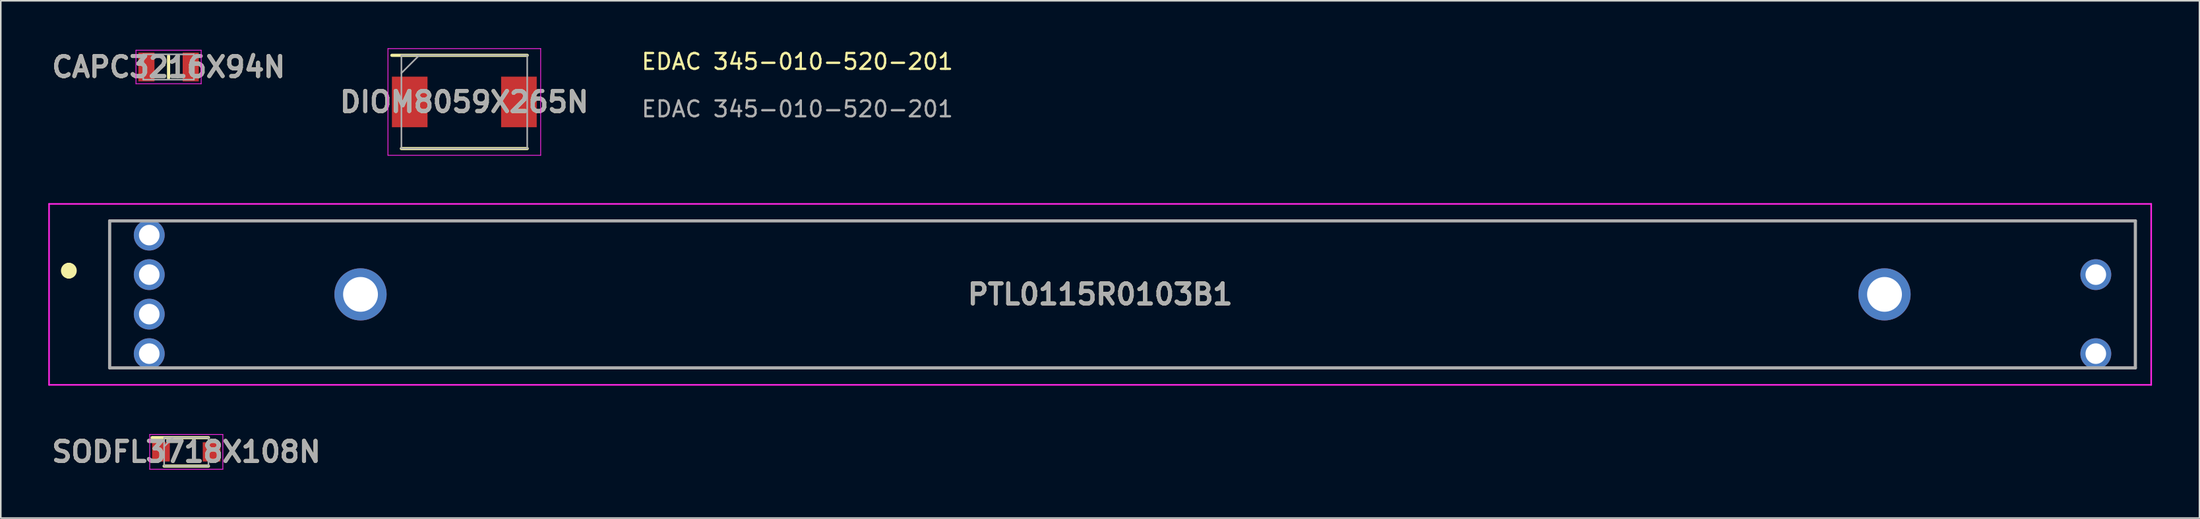
<source format=kicad_pcb>
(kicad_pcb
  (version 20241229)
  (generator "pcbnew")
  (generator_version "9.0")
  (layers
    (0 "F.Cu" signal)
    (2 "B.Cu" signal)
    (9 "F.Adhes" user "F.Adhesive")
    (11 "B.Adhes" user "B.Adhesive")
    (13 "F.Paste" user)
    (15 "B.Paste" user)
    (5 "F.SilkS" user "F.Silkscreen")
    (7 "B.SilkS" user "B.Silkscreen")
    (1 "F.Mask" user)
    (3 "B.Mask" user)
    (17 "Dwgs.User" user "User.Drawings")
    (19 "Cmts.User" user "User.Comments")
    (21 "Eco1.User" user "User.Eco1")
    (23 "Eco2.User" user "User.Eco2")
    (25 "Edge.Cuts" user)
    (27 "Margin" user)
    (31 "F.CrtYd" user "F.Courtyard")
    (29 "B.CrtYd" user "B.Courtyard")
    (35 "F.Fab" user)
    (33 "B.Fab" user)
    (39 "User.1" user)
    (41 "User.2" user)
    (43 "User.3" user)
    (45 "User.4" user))
  (footprint "PTL0115R0103B1"
    (layer "F.Cu")
    (at 6.38 14.325)
    (property "Reference" "PTL0115R0103B1" (at 60.085 1.25 0) (layer "F.SilkS") (effects (font (size 1.27 1.27) (thickness 0.254))))
    (attr through_hole)
    (fp_line (start -5.08 -0.5) (end -5.08 -0.5) (stroke (width 0.5) (type solid)) (layer "F.SilkS"))
    (fp_line (start -5.08 0) (end -5.08 0) (stroke (width 0.5) (type solid)) (layer "F.SilkS"))
    (fp_line (start -2.5 -3.4) (end -2.5 5.9) (stroke (width 0.1) (type solid)) (layer "F.SilkS"))
    (fp_line (start 1.5 -3.4) (end 125.5 -3.4) (stroke (width 0.1) (type solid)) (layer "F.SilkS"))
    (fp_line (start 1.5 5.9) (end 121.5 5.9) (stroke (width 0.1) (type solid)) (layer "F.SilkS"))
    (fp_line (start 125.5 -3.4) (end 125.5 5.9) (stroke (width 0.1) (type solid)) (layer "F.SilkS"))
    (fp_arc (start -5.08 -0.5) (mid -4.83 -0.25) (end -5.08 0) (stroke (width 0.5) (type solid)) (layer "F.SilkS"))
    (fp_arc (start -5.08 0) (mid -5.33 -0.25) (end -5.08 -0.5) (stroke (width 0.5) (type solid)) (layer "F.SilkS"))
    (fp_line (start -6.33 -4.475) (end 126.5 -4.475) (stroke (width 0.1) (type solid)) (layer "F.CrtYd"))
    (fp_line (start -6.33 6.975) (end -6.33 -4.475) (stroke (width 0.1) (type solid)) (layer "F.CrtYd"))
    (fp_line (start 126.5 -4.475) (end 126.5 6.975) (stroke (width 0.1) (type solid)) (layer "F.CrtYd"))
    (fp_line (start 126.5 6.975) (end -6.33 6.975) (stroke (width 0.1) (type solid)) (layer "F.CrtYd"))
    (fp_line (start -2.5 -3.4) (end 125.5 -3.4) (stroke (width 0.2) (type solid)) (layer "F.Fab"))
    (fp_line (start -2.5 5.9) (end -2.5 -3.4) (stroke (width 0.2) (type solid)) (layer "F.Fab"))
    (fp_line (start 125.5 -3.4) (end 125.5 5.9) (stroke (width 0.2) (type solid)) (layer "F.Fab"))
    (fp_line (start 125.5 5.9) (end -2.5 5.9) (stroke (width 0.2) (type solid)) (layer "F.Fab"))
    (fp_text user "${REFERENCE}" (at 60.085 1.25 0) (layer "F.Fab") (effects (font (size 1.27 1.27) (thickness 0.254))))
    (pad "1" thru_hole circle (at 0 5) (size 1.95 1.95) (drill 1.3) (layers "*.Cu" "*.Mask"))
    (pad "2" thru_hole circle (at 0 -2.5) (size 1.95 1.95) (drill 1.3) (layers "*.Cu" "*.Mask"))
    (pad "3" thru_hole circle (at 123 0) (size 1.95 1.95) (drill 1.3) (layers "*.Cu" "*.Mask"))
    (pad "B1" thru_hole circle (at 123 5) (size 1.95 1.95) (drill 1.3) (layers "*.Cu" "*.Mask"))
    (pad "E1" thru_hole circle (at 0 2.5) (size 1.95 1.95) (drill 1.3) (layers "*.Cu" "*.Mask"))
    (pad "L1" thru_hole circle (at 0 0) (size 1.95 1.95) (drill 1.3) (layers "*.Cu" "*.Mask"))
    (pad "MH1" thru_hole circle (at 13.35 1.25) (size 3.3 3.3) (drill 2.2) (layers "*.Cu" "*.Mask"))
    (pad "MH2" thru_hole circle (at 109.65 1.25) (size 3.3 3.3) (drill 2.2) (layers "*.Cu" "*.Mask")))
  (footprint "SODFL3718X108N"
    (layer "F.Cu")
    (at 8.721 25.539)
    (property "Reference" "SODFL3718X108N" (at 0 0 0) (layer "F.SilkS") (effects (font (size 1.27 1.27) (thickness 0.254))))
    (attr smd)
    (fp_line (start -2.16 -0.9) (end 1.4 -0.9) (stroke (width 0.2) (type solid)) (layer "F.SilkS"))
    (fp_line (start -1.4 0.9) (end 1.4 0.9) (stroke (width 0.2) (type solid)) (layer "F.SilkS"))
    (fp_line (start -2.31 -1.1) (end 2.31 -1.1) (stroke (width 0.05) (type solid)) (layer "F.CrtYd"))
    (fp_line (start -2.31 1.1) (end -2.31 -1.1) (stroke (width 0.05) (type solid)) (layer "F.CrtYd"))
    (fp_line (start 2.31 -1.1) (end 2.31 1.1) (stroke (width 0.05) (type solid)) (layer "F.CrtYd"))
    (fp_line (start 2.31 1.1) (end -2.31 1.1) (stroke (width 0.05) (type solid)) (layer "F.CrtYd"))
    (fp_line (start -1.4 -0.9) (end 1.4 -0.9) (stroke (width 0.1) (type solid)) (layer "F.Fab"))
    (fp_line (start -1.4 -0.34) (end -0.84 -0.9) (stroke (width 0.1) (type solid)) (layer "F.Fab"))
    (fp_line (start -1.4 0.9) (end -1.4 -0.9) (stroke (width 0.1) (type solid)) (layer "F.Fab"))
    (fp_line (start 1.4 -0.9) (end 1.4 0.9) (stroke (width 0.1) (type solid)) (layer "F.Fab"))
    (fp_line (start 1.4 0.9) (end -1.4 0.9) (stroke (width 0.1) (type solid)) (layer "F.Fab"))
    (fp_text user "${REFERENCE}" (at 0 0 0) (layer "F.Fab") (effects (font (size 1.27 1.27) (thickness 0.254))))
    (pad "1" smd rect (at -1.6 0) (size 1.12 1.22) (layers "F.Cu" "F.Mask" "F.Paste"))
    (pad "2" smd rect (at 1.6 0) (size 1.12 1.22) (layers "F.Cu" "F.Mask" "F.Paste")))
  (footprint "DIOM8059X265N"
    (layer "F.Cu")
    (at 26.289 3.4)
    (property "Reference" "DIOM8059X265N" (at 0 0 0) (layer "F.SilkS") (effects (font (size 1.27 1.27) (thickness 0.254))))
    (attr smd)
    (fp_line (start -3.975 2.95) (end 3.975 2.95) (stroke (width 0.2) (type solid)) (layer "F.SilkS"))
    (fp_line (start 3.975 -2.95) (end -4.575 -2.95) (stroke (width 0.2) (type solid)) (layer "F.SilkS"))
    (fp_line (start -4.825 -3.375) (end 4.825 -3.375) (stroke (width 0.05) (type solid)) (layer "F.CrtYd"))
    (fp_line (start -4.825 3.375) (end -4.825 -3.375) (stroke (width 0.05) (type solid)) (layer "F.CrtYd"))
    (fp_line (start 4.825 -3.375) (end 4.825 3.375) (stroke (width 0.05) (type solid)) (layer "F.CrtYd"))
    (fp_line (start 4.825 3.375) (end -4.825 3.375) (stroke (width 0.05) (type solid)) (layer "F.CrtYd"))
    (fp_line (start -3.975 -2.95) (end 3.975 -2.95) (stroke (width 0.1) (type solid)) (layer "F.Fab"))
    (fp_line (start -3.975 -1.825) (end -2.85 -2.95) (stroke (width 0.1) (type solid)) (layer "F.Fab"))
    (fp_line (start -3.975 2.95) (end -3.975 -2.95) (stroke (width 0.1) (type solid)) (layer "F.Fab"))
    (fp_line (start 3.975 -2.95) (end 3.975 2.95) (stroke (width 0.1) (type solid)) (layer "F.Fab"))
    (fp_line (start 3.975 2.95) (end -3.975 2.95) (stroke (width 0.1) (type solid)) (layer "F.Fab"))
    (fp_text user "${REFERENCE}" (at 0 0 0) (layer "F.Fab") (effects (font (size 1.27 1.27) (thickness 0.254))))
    (pad "1" smd rect (at -3.45 0) (size 2.25 3.2) (layers "F.Cu" "F.Mask" "F.Paste"))
    (pad "2" smd rect (at 3.45 0) (size 2.25 3.2) (layers "F.Cu" "F.Mask" "F.Paste")))
  (footprint "CAPC3216X94N"
    (layer "F.Cu")
    (at 7.602 1.189)
    (property "Reference" "CAPC3216X94N" (at 0 0 0) (layer "F.SilkS") (effects (font (size 1.27 1.27) (thickness 0.254))))
    (attr smd)
    (fp_line (start 0 -0.7) (end 0 0.7) (stroke (width 0.2) (type solid)) (layer "F.SilkS"))
    (fp_line (start -2.06 -1.06) (end 2.06 -1.06) (stroke (width 0.05) (type solid)) (layer "F.CrtYd"))
    (fp_line (start -2.06 1.06) (end -2.06 -1.06) (stroke (width 0.05) (type solid)) (layer "F.CrtYd"))
    (fp_line (start 2.06 -1.06) (end 2.06 1.06) (stroke (width 0.05) (type solid)) (layer "F.CrtYd"))
    (fp_line (start 2.06 1.06) (end -2.06 1.06) (stroke (width 0.05) (type solid)) (layer "F.CrtYd"))
    (fp_line (start -1.6 -0.8) (end 1.6 -0.8) (stroke (width 0.1) (type solid)) (layer "F.Fab"))
    (fp_line (start -1.6 0.8) (end -1.6 -0.8) (stroke (width 0.1) (type solid)) (layer "F.Fab"))
    (fp_line (start 1.6 -0.8) (end 1.6 0.8) (stroke (width 0.1) (type solid)) (layer "F.Fab"))
    (fp_line (start 1.6 0.8) (end -1.6 0.8) (stroke (width 0.1) (type solid)) (layer "F.Fab"))
    (fp_text user "${REFERENCE}" (at 0 0 0) (layer "F.Fab") (effects (font (size 1.27 1.27) (thickness 0.254))))
    (pad "1" smd rect (at -1.4 0) (size 1.02 1.82) (layers "F.Cu" "F.Mask" "F.Paste"))
    (pad "2" smd rect (at 1.4 0) (size 1.02 1.82) (layers "F.Cu" "F.Mask" "F.Paste")))
  (footprint "EDAC 345-010-520-201"
    (layer "F.Cu")
    (at 47.333 1.348)
    (property "Reference" "EDAC 345-010-520-201" (at 0 -0.5 0) (unlocked yes) (layer "F.SilkS") (effects (font (size 1 1) (thickness 0.15))))
    (attr through_hole)
    (fp_text user "${REFERENCE}" (at 0 2.5 0) (unlocked yes) (layer "F.Fab") (effects (font (size 1 1) (thickness 0.15)))))
  (gr_rect
    (start -3 -3)
    (end 135.93 29.727)
    (stroke (width 0.1) (type default))
    (fill no)
    (layer "Edge.Cuts")))
</source>
